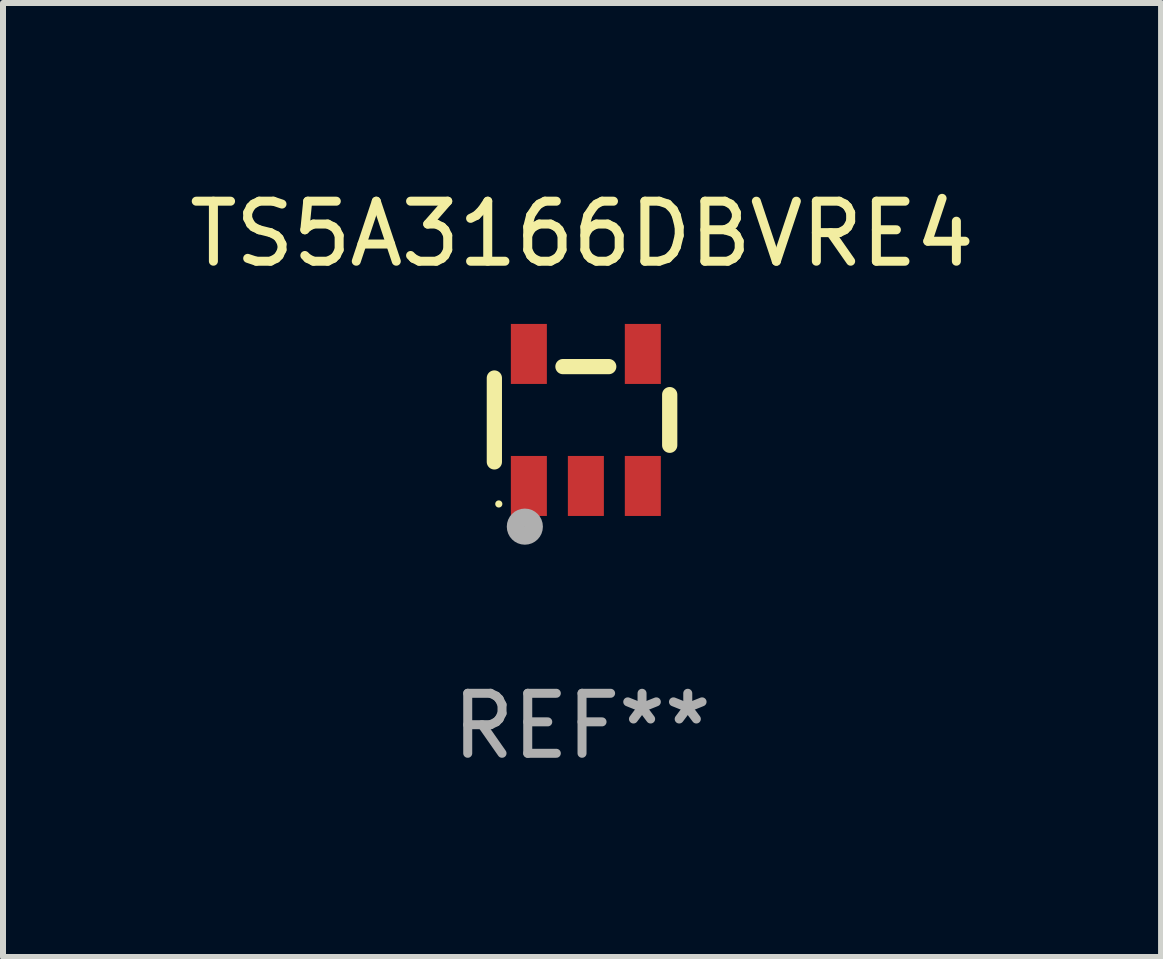
<source format=kicad_pcb>
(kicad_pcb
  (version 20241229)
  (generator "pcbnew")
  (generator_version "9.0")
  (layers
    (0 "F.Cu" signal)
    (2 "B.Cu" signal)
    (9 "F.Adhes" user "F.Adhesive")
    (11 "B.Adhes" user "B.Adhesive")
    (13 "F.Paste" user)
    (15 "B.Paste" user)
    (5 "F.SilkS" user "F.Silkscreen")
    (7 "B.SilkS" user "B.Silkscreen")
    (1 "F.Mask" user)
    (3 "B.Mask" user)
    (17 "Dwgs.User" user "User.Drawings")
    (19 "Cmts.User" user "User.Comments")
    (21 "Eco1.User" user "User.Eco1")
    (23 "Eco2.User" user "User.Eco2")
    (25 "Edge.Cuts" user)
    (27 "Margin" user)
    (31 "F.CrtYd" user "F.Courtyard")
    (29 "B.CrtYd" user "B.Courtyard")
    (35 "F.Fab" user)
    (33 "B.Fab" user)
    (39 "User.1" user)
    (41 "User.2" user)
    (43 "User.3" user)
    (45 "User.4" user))
  (footprint "TS5A3166DBVRE4"
    (layer "F.Cu")
    (at 6.649 3.948)
    (property "Reference" "TS5A3166DBVRE4" (at 0 -3.1 0) (layer "F.SilkS") (effects (font (size 1 1) (thickness 0.15))))
    (attr through_hole)
    (fp_line (start -1.461 -0.699) (end -1.461 0.699) (stroke (width 0.254) (type solid)) (layer "F.SilkS"))
    (fp_line (start -0.318 -0.889) (end 0.445 -0.889) (stroke (width 0.254) (type solid)) (layer "F.SilkS"))
    (fp_line (start 1.461 -0.422) (end 1.461 0.422) (stroke (width 0.254) (type solid)) (layer "F.SilkS"))
    (fp_circle (center -1.387 1.4) (end -1.357 1.4) (stroke (width 0.06) (type solid)) (fill no) (layer "F.SilkS"))
    (fp_circle (center -0.953 1.778) (end -0.802 1.778) (stroke (width 0.3) (type solid)) (fill no) (layer "F.Fab"))
    (fp_text user "REF**" (at 0 5.1 0) (layer "F.Fab") (effects (font (size 1 1) (thickness 0.15))))
    (pad "1" smd rect (at -0.886 1.1) (size 0.6 1) (layers "F.Cu" "F.Mask" "F.Paste"))
    (pad "2" smd rect (at 0.064 1.1) (size 0.6 1) (layers "F.Cu" "F.Mask" "F.Paste"))
    (pad "3" smd rect (at 1.013 1.1) (size 0.6 1) (layers "F.Cu" "F.Mask" "F.Paste"))
    (pad "4" smd rect (at 1.013 -1.1) (size 0.6 1) (layers "F.Cu" "F.Mask" "F.Paste"))
    (pad "5" smd rect (at -0.886 -1.1) (size 0.6 1) (layers "F.Cu" "F.Mask" "F.Paste")))
  (gr_rect
    (start -3 -3)
    (end 16.298 12.897)
    (stroke (width 0.1) (type default))
    (fill no)
    (layer "Edge.Cuts")))
</source>
